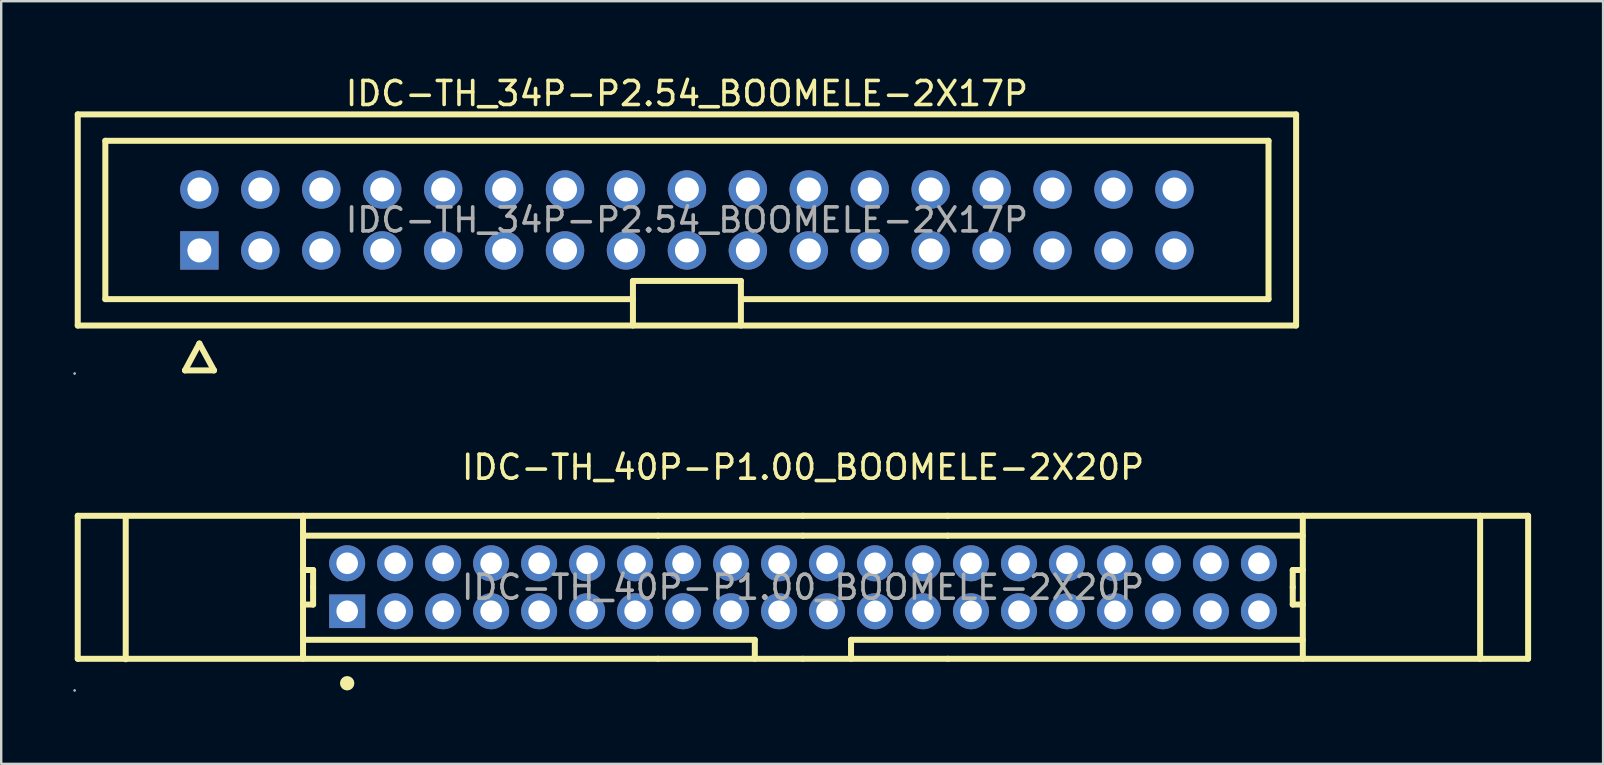
<source format=kicad_pcb>
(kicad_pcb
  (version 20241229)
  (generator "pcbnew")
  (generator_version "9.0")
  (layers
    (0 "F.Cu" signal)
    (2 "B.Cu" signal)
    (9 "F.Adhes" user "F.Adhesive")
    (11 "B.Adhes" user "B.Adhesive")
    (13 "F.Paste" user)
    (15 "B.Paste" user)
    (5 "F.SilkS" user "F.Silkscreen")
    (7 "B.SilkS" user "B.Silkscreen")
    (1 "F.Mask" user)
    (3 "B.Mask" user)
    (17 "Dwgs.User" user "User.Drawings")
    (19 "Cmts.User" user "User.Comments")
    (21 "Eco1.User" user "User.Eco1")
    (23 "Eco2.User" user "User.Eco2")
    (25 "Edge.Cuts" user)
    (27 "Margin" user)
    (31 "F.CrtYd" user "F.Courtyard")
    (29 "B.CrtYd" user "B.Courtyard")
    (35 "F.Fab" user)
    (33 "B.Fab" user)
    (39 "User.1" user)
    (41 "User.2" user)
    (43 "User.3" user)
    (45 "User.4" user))
  (footprint "IDC-TH_40P-P1.00_BOOMELE-2X20P"
    (layer "F.Cu")
    (at 30.42 21.427)
    (property "Reference" "IDC-TH_40P-P1.00_BOOMELE-2X20P" (at 0 -5 0) (layer "F.SilkS") (effects (font (size 1 1) (thickness 0.15))))
    (attr through_hole)
    (fp_line (start -30.23 -2.98) (end -6.04 -2.98) (stroke (width 0.25) (type solid)) (layer "F.SilkS"))
    (fp_line (start -30.23 2.98) (end -30.23 -2.98) (stroke (width 0.25) (type solid)) (layer "F.SilkS"))
    (fp_line (start -28.23 3) (end -28.23 -2.96) (stroke (width 0.25) (type solid)) (layer "F.SilkS"))
    (fp_line (start -20.84 -2.98) (end -20.84 2.98) (stroke (width 0.25) (type solid)) (layer "F.SilkS"))
    (fp_line (start -20.84 -0.72) (end -20.42 -0.72) (stroke (width 0.25) (type solid)) (layer "F.SilkS"))
    (fp_line (start -20.84 0.72) (end -20.42 0.72) (stroke (width 0.25) (type solid)) (layer "F.SilkS"))
    (fp_line (start -20.42 -0.72) (end -20.42 0) (stroke (width 0.25) (type solid)) (layer "F.SilkS"))
    (fp_line (start -20.42 0.72) (end -20.42 0) (stroke (width 0.25) (type solid)) (layer "F.SilkS"))
    (fp_line (start -6.04 -2.15) (end -20.84 -2.15) (stroke (width 0.25) (type solid)) (layer "F.SilkS"))
    (fp_line (start -6.04 -2.15) (end -0.01 -2.15) (stroke (width 0.25) (type solid)) (layer "F.SilkS"))
    (fp_line (start -6.04 2.98) (end -30.23 2.98) (stroke (width 0.25) (type solid)) (layer "F.SilkS"))
    (fp_line (start -6.04 2.98) (end -0.01 2.98) (stroke (width 0.25) (type solid)) (layer "F.SilkS"))
    (fp_line (start -2.01 2.19) (end -20.84 2.19) (stroke (width 0.25) (type solid)) (layer "F.SilkS"))
    (fp_line (start -2.01 2.98) (end -2.01 2.19) (stroke (width 0.25) (type solid)) (layer "F.SilkS"))
    (fp_line (start -0.01 -2.98) (end -6.04 -2.98) (stroke (width 0.25) (type solid)) (layer "F.SilkS"))
    (fp_line (start -0.01 -2.98) (end 6.03 -2.98) (stroke (width 0.25) (type solid)) (layer "F.SilkS"))
    (fp_line (start 2 2.19) (end 20.83 2.19) (stroke (width 0.25) (type solid)) (layer "F.SilkS"))
    (fp_line (start 2 2.98) (end 2 2.19) (stroke (width 0.25) (type solid)) (layer "F.SilkS"))
    (fp_line (start 6.03 -2.15) (end -0.01 -2.15) (stroke (width 0.25) (type solid)) (layer "F.SilkS"))
    (fp_line (start 6.03 -2.15) (end 20.83 -2.15) (stroke (width 0.25) (type solid)) (layer "F.SilkS"))
    (fp_line (start 6.03 2.98) (end -0.01 2.98) (stroke (width 0.25) (type solid)) (layer "F.SilkS"))
    (fp_line (start 6.03 2.98) (end 30.22 2.98) (stroke (width 0.25) (type solid)) (layer "F.SilkS"))
    (fp_line (start 20.41 -0.72) (end 20.41 0) (stroke (width 0.25) (type solid)) (layer "F.SilkS"))
    (fp_line (start 20.41 0.72) (end 20.41 0) (stroke (width 0.25) (type solid)) (layer "F.SilkS"))
    (fp_line (start 20.83 -2.98) (end 20.83 2.98) (stroke (width 0.25) (type solid)) (layer "F.SilkS"))
    (fp_line (start 20.83 -0.72) (end 20.41 -0.72) (stroke (width 0.25) (type solid)) (layer "F.SilkS"))
    (fp_line (start 20.83 0.72) (end 20.41 0.72) (stroke (width 0.25) (type solid)) (layer "F.SilkS"))
    (fp_line (start 28.22 2.98) (end 28.22 -2.98) (stroke (width 0.25) (type solid)) (layer "F.SilkS"))
    (fp_line (start 30.22 -2.98) (end 6.03 -2.98) (stroke (width 0.25) (type solid)) (layer "F.SilkS"))
    (fp_line (start 30.22 2.98) (end 30.22 -2.98) (stroke (width 0.25) (type solid)) (layer "F.SilkS"))
    (fp_arc (start -19.01 4.15) (mid -18.995005 3.84975) (end -18.999984 4.150333) (stroke (width 0.3) (type solid)) (layer "F.SilkS"))
    (fp_circle (center -30.36 4.3) (end -30.33 4.3) (stroke (width 0.06) (type solid)) (fill no) (layer "F.Fab"))
    (fp_circle (center -19 -1) (end -18.82 -1) (stroke (width 0.35) (type solid)) (fill no) (layer "F.Fab"))
    (fp_circle (center -19 1) (end -18.82 1) (stroke (width 0.35) (type solid)) (fill no) (layer "F.Fab"))
    (fp_circle (center -17 -1) (end -16.82 -1) (stroke (width 0.35) (type solid)) (fill no) (layer "F.Fab"))
    (fp_circle (center -17 1) (end -16.82 1) (stroke (width 0.35) (type solid)) (fill no) (layer "F.Fab"))
    (fp_circle (center -15 -1) (end -14.82 -1) (stroke (width 0.35) (type solid)) (fill no) (layer "F.Fab"))
    (fp_circle (center -15 1) (end -14.82 1) (stroke (width 0.35) (type solid)) (fill no) (layer "F.Fab"))
    (fp_circle (center -13 -1) (end -12.82 -1) (stroke (width 0.35) (type solid)) (fill no) (layer "F.Fab"))
    (fp_circle (center -13 1) (end -12.82 1) (stroke (width 0.35) (type solid)) (fill no) (layer "F.Fab"))
    (fp_circle (center -11 -1) (end -10.82 -1) (stroke (width 0.35) (type solid)) (fill no) (layer "F.Fab"))
    (fp_circle (center -11 1) (end -10.82 1) (stroke (width 0.35) (type solid)) (fill no) (layer "F.Fab"))
    (fp_circle (center -9 -1) (end -8.82 -1) (stroke (width 0.35) (type solid)) (fill no) (layer "F.Fab"))
    (fp_circle (center -9 1) (end -8.82 1) (stroke (width 0.35) (type solid)) (fill no) (layer "F.Fab"))
    (fp_circle (center -7 -1) (end -6.82 -1) (stroke (width 0.35) (type solid)) (fill no) (layer "F.Fab"))
    (fp_circle (center -7 1) (end -6.82 1) (stroke (width 0.35) (type solid)) (fill no) (layer "F.Fab"))
    (fp_circle (center -5 -1) (end -4.82 -1) (stroke (width 0.35) (type solid)) (fill no) (layer "F.Fab"))
    (fp_circle (center -5 1) (end -4.82 1) (stroke (width 0.35) (type solid)) (fill no) (layer "F.Fab"))
    (fp_circle (center -3 -1) (end -2.82 -1) (stroke (width 0.35) (type solid)) (fill no) (layer "F.Fab"))
    (fp_circle (center -3 1) (end -2.82 1) (stroke (width 0.35) (type solid)) (fill no) (layer "F.Fab"))
    (fp_circle (center -1 -1) (end -0.82 -1) (stroke (width 0.35) (type solid)) (fill no) (layer "F.Fab"))
    (fp_circle (center -1 1) (end -0.82 1) (stroke (width 0.35) (type solid)) (fill no) (layer "F.Fab"))
    (fp_circle (center 1 -1) (end 1.18 -1) (stroke (width 0.35) (type solid)) (fill no) (layer "F.Fab"))
    (fp_circle (center 1 1) (end 1.18 1) (stroke (width 0.35) (type solid)) (fill no) (layer "F.Fab"))
    (fp_circle (center 3 -1) (end 3.18 -1) (stroke (width 0.35) (type solid)) (fill no) (layer "F.Fab"))
    (fp_circle (center 3 1) (end 3.18 1) (stroke (width 0.35) (type solid)) (fill no) (layer "F.Fab"))
    (fp_circle (center 5 -1) (end 5.18 -1) (stroke (width 0.35) (type solid)) (fill no) (layer "F.Fab"))
    (fp_circle (center 5 1) (end 5.18 1) (stroke (width 0.35) (type solid)) (fill no) (layer "F.Fab"))
    (fp_circle (center 7 -1) (end 7.18 -1) (stroke (width 0.35) (type solid)) (fill no) (layer "F.Fab"))
    (fp_circle (center 7 1) (end 7.18 1) (stroke (width 0.35) (type solid)) (fill no) (layer "F.Fab"))
    (fp_circle (center 9 -1) (end 9.18 -1) (stroke (width 0.35) (type solid)) (fill no) (layer "F.Fab"))
    (fp_circle (center 9 1) (end 9.18 1) (stroke (width 0.35) (type solid)) (fill no) (layer "F.Fab"))
    (fp_circle (center 11 -1) (end 11.18 -1) (stroke (width 0.35) (type solid)) (fill no) (layer "F.Fab"))
    (fp_circle (center 11 1) (end 11.18 1) (stroke (width 0.35) (type solid)) (fill no) (layer "F.Fab"))
    (fp_circle (center 13 -1) (end 13.18 -1) (stroke (width 0.35) (type solid)) (fill no) (layer "F.Fab"))
    (fp_circle (center 13 1) (end 13.18 1) (stroke (width 0.35) (type solid)) (fill no) (layer "F.Fab"))
    (fp_circle (center 15 -1) (end 15.18 -1) (stroke (width 0.35) (type solid)) (fill no) (layer "F.Fab"))
    (fp_circle (center 15 1) (end 15.18 1) (stroke (width 0.35) (type solid)) (fill no) (layer "F.Fab"))
    (fp_circle (center 17 -1) (end 17.18 -1) (stroke (width 0.35) (type solid)) (fill no) (layer "F.Fab"))
    (fp_circle (center 17 1) (end 17.18 1) (stroke (width 0.35) (type solid)) (fill no) (layer "F.Fab"))
    (fp_circle (center 19 -1) (end 19.18 -1) (stroke (width 0.35) (type solid)) (fill no) (layer "F.Fab"))
    (fp_circle (center 19 1) (end 19.18 1) (stroke (width 0.35) (type solid)) (fill no) (layer "F.Fab"))
    (fp_text user "${REFERENCE}" (at 0 0 0) (layer "F.Fab") (effects (font (size 1 1) (thickness 0.15))))
    (pad "1" thru_hole rect (at -19 1 90) (size 1.4 1.5) (drill 0.9) (layers "*.Cu" "*.Paste" "*.Mask"))
    (pad "2" thru_hole circle (at -19 -1) (size 1.5 1.5) (drill 0.9) (layers "*.Cu" "*.Paste" "*.Mask"))
    (pad "3" thru_hole circle (at -17 1) (size 1.5 1.5) (drill 0.9) (layers "*.Cu" "*.Paste" "*.Mask"))
    (pad "4" thru_hole circle (at -17 -1) (size 1.5 1.5) (drill 0.9) (layers "*.Cu" "*.Paste" "*.Mask"))
    (pad "5" thru_hole circle (at -15 1) (size 1.5 1.5) (drill 0.9) (layers "*.Cu" "*.Paste" "*.Mask"))
    (pad "6" thru_hole circle (at -15 -1) (size 1.5 1.5) (drill 0.9) (layers "*.Cu" "*.Paste" "*.Mask"))
    (pad "7" thru_hole circle (at -13 1) (size 1.5 1.5) (drill 0.9) (layers "*.Cu" "*.Paste" "*.Mask"))
    (pad "8" thru_hole circle (at -13 -1) (size 1.5 1.5) (drill 0.9) (layers "*.Cu" "*.Paste" "*.Mask"))
    (pad "9" thru_hole circle (at -11 1) (size 1.5 1.5) (drill 0.9) (layers "*.Cu" "*.Paste" "*.Mask"))
    (pad "10" thru_hole circle (at -11 -1) (size 1.5 1.5) (drill 0.9) (layers "*.Cu" "*.Paste" "*.Mask"))
    (pad "11" thru_hole circle (at -9 1) (size 1.5 1.5) (drill 0.9) (layers "*.Cu" "*.Paste" "*.Mask"))
    (pad "12" thru_hole circle (at -9 -1) (size 1.5 1.5) (drill 0.9) (layers "*.Cu" "*.Paste" "*.Mask"))
    (pad "13" thru_hole circle (at -7 1) (size 1.5 1.5) (drill 0.9) (layers "*.Cu" "*.Paste" "*.Mask"))
    (pad "14" thru_hole circle (at -7 -1) (size 1.5 1.5) (drill 0.9) (layers "*.Cu" "*.Paste" "*.Mask"))
    (pad "15" thru_hole circle (at -5 1) (size 1.5 1.5) (drill 0.9) (layers "*.Cu" "*.Paste" "*.Mask"))
    (pad "16" thru_hole circle (at -5 -1) (size 1.5 1.5) (drill 0.9) (layers "*.Cu" "*.Paste" "*.Mask"))
    (pad "17" thru_hole circle (at -3 1) (size 1.5 1.5) (drill 0.9) (layers "*.Cu" "*.Paste" "*.Mask"))
    (pad "18" thru_hole circle (at -3 -1) (size 1.5 1.5) (drill 0.9) (layers "*.Cu" "*.Paste" "*.Mask"))
    (pad "19" thru_hole circle (at -1 1) (size 1.5 1.5) (drill 0.9) (layers "*.Cu" "*.Paste" "*.Mask"))
    (pad "20" thru_hole circle (at -1 -1) (size 1.5 1.5) (drill 0.9) (layers "*.Cu" "*.Paste" "*.Mask"))
    (pad "21" thru_hole circle (at 1 1) (size 1.5 1.5) (drill 0.9) (layers "*.Cu" "*.Paste" "*.Mask"))
    (pad "22" thru_hole circle (at 1 -1) (size 1.5 1.5) (drill 0.9) (layers "*.Cu" "*.Paste" "*.Mask"))
    (pad "23" thru_hole circle (at 3 1) (size 1.5 1.5) (drill 0.9) (layers "*.Cu" "*.Paste" "*.Mask"))
    (pad "24" thru_hole circle (at 3 -1) (size 1.5 1.5) (drill 0.9) (layers "*.Cu" "*.Paste" "*.Mask"))
    (pad "25" thru_hole circle (at 5 1) (size 1.5 1.5) (drill 0.9) (layers "*.Cu" "*.Paste" "*.Mask"))
    (pad "26" thru_hole circle (at 5 -1) (size 1.5 1.5) (drill 0.9) (layers "*.Cu" "*.Paste" "*.Mask"))
    (pad "27" thru_hole circle (at 7 1) (size 1.5 1.5) (drill 0.9) (layers "*.Cu" "*.Paste" "*.Mask"))
    (pad "28" thru_hole circle (at 7 -1) (size 1.5 1.5) (drill 0.9) (layers "*.Cu" "*.Paste" "*.Mask"))
    (pad "29" thru_hole circle (at 9 1) (size 1.5 1.5) (drill 0.9) (layers "*.Cu" "*.Paste" "*.Mask"))
    (pad "30" thru_hole circle (at 9 -1) (size 1.5 1.5) (drill 0.9) (layers "*.Cu" "*.Paste" "*.Mask"))
    (pad "31" thru_hole circle (at 11 1) (size 1.5 1.5) (drill 0.9) (layers "*.Cu" "*.Paste" "*.Mask"))
    (pad "32" thru_hole circle (at 11 -1) (size 1.5 1.5) (drill 0.9) (layers "*.Cu" "*.Paste" "*.Mask"))
    (pad "33" thru_hole circle (at 13 1) (size 1.5 1.5) (drill 0.9) (layers "*.Cu" "*.Paste" "*.Mask"))
    (pad "34" thru_hole circle (at 13 -1) (size 1.5 1.5) (drill 0.9) (layers "*.Cu" "*.Paste" "*.Mask"))
    (pad "35" thru_hole circle (at 15 1) (size 1.5 1.5) (drill 0.9) (layers "*.Cu" "*.Paste" "*.Mask"))
    (pad "36" thru_hole circle (at 15 -1) (size 1.5 1.5) (drill 0.9) (layers "*.Cu" "*.Paste" "*.Mask"))
    (pad "37" thru_hole circle (at 17 1) (size 1.5 1.5) (drill 0.9) (layers "*.Cu" "*.Paste" "*.Mask"))
    (pad "38" thru_hole circle (at 17 -1) (size 1.5 1.5) (drill 0.9) (layers "*.Cu" "*.Paste" "*.Mask"))
    (pad "39" thru_hole circle (at 19 1) (size 1.5 1.5) (drill 0.9) (layers "*.Cu" "*.Paste" "*.Mask"))
    (pad "40" thru_hole circle (at 19 -1) (size 1.5 1.5) (drill 0.9) (layers "*.Cu" "*.Paste" "*.Mask")))
  (footprint "IDC-TH_34P-P2.54_BOOMELE-2X17P"
    (layer "F.Cu")
    (at 25.58 6.118)
    (property "Reference" "IDC-TH_34P-P2.54_BOOMELE-2X17P" (at 0 -5.27 0) (layer "F.SilkS") (effects (font (size 1 1) (thickness 0.15))))
    (attr through_hole)
    (fp_line (start -25.39 -4.4) (end 25.39 -4.4) (stroke (width 0.25) (type solid)) (layer "F.SilkS"))
    (fp_line (start -25.39 4.4) (end -25.39 -4.4) (stroke (width 0.25) (type solid)) (layer "F.SilkS"))
    (fp_line (start -25.39 4.4) (end 25.39 4.4) (stroke (width 0.25) (type solid)) (layer "F.SilkS"))
    (fp_line (start -24.24 -3.3) (end 24.24 -3.3) (stroke (width 0.25) (type solid)) (layer "F.SilkS"))
    (fp_line (start -24.24 3.3) (end -24.24 -3.3) (stroke (width 0.25) (type solid)) (layer "F.SilkS"))
    (fp_line (start -24.24 3.3) (end -2.25 3.3) (stroke (width 0.25) (type solid)) (layer "F.SilkS"))
    (fp_line (start -20.92 6.27) (end -19.71 6.27) (stroke (width 0.25) (type solid)) (layer "F.SilkS"))
    (fp_line (start -20.32 5.15) (end -20.92 6.27) (stroke (width 0.25) (type solid)) (layer "F.SilkS"))
    (fp_line (start -19.71 6.27) (end -20.32 5.15) (stroke (width 0.25) (type solid)) (layer "F.SilkS"))
    (fp_line (start -2.25 2.54) (end -2.25 4.4) (stroke (width 0.25) (type solid)) (layer "F.SilkS"))
    (fp_line (start -2.25 2.54) (end 2.25 2.54) (stroke (width 0.25) (type solid)) (layer "F.SilkS"))
    (fp_line (start 2.25 2.54) (end 2.25 4.4) (stroke (width 0.25) (type solid)) (layer "F.SilkS"))
    (fp_line (start 2.25 3.3) (end 24.24 3.3) (stroke (width 0.25) (type solid)) (layer "F.SilkS"))
    (fp_line (start 24.24 -3.3) (end 24.24 3.3) (stroke (width 0.25) (type solid)) (layer "F.SilkS"))
    (fp_line (start 25.39 -4.4) (end 25.39 4.4) (stroke (width 0.25) (type solid)) (layer "F.SilkS"))
    (fp_circle (center -25.52 6.4) (end -25.49 6.4) (stroke (width 0.06) (type solid)) (fill no) (layer "F.Fab"))
    (fp_circle (center -20.32 -1.27) (end -20.12 -1.27) (stroke (width 0.4) (type solid)) (fill no) (layer "F.Fab"))
    (fp_circle (center -20.32 1.27) (end -20.12 1.27) (stroke (width 0.4) (type solid)) (fill no) (layer "F.Fab"))
    (fp_circle (center -17.78 -1.27) (end -17.58 -1.27) (stroke (width 0.4) (type solid)) (fill no) (layer "F.Fab"))
    (fp_circle (center -17.78 1.27) (end -17.58 1.27) (stroke (width 0.4) (type solid)) (fill no) (layer "F.Fab"))
    (fp_circle (center -15.24 -1.27) (end -15.04 -1.27) (stroke (width 0.4) (type solid)) (fill no) (layer "F.Fab"))
    (fp_circle (center -15.24 1.27) (end -15.04 1.27) (stroke (width 0.4) (type solid)) (fill no) (layer "F.Fab"))
    (fp_circle (center -12.7 -1.27) (end -12.5 -1.27) (stroke (width 0.4) (type solid)) (fill no) (layer "F.Fab"))
    (fp_circle (center -12.7 1.27) (end -12.5 1.27) (stroke (width 0.4) (type solid)) (fill no) (layer "F.Fab"))
    (fp_circle (center -10.16 -1.27) (end -9.96 -1.27) (stroke (width 0.4) (type solid)) (fill no) (layer "F.Fab"))
    (fp_circle (center -10.16 1.27) (end -9.96 1.27) (stroke (width 0.4) (type solid)) (fill no) (layer "F.Fab"))
    (fp_circle (center -7.62 -1.27) (end -7.42 -1.27) (stroke (width 0.4) (type solid)) (fill no) (layer "F.Fab"))
    (fp_circle (center -7.62 1.27) (end -7.42 1.27) (stroke (width 0.4) (type solid)) (fill no) (layer "F.Fab"))
    (fp_circle (center -5.08 -1.27) (end -4.88 -1.27) (stroke (width 0.4) (type solid)) (fill no) (layer "F.Fab"))
    (fp_circle (center -5.08 1.27) (end -4.88 1.27) (stroke (width 0.4) (type solid)) (fill no) (layer "F.Fab"))
    (fp_circle (center -2.54 -1.27) (end -2.34 -1.27) (stroke (width 0.4) (type solid)) (fill no) (layer "F.Fab"))
    (fp_circle (center -2.54 1.27) (end -2.34 1.27) (stroke (width 0.4) (type solid)) (fill no) (layer "F.Fab"))
    (fp_circle (center 0 -1.27) (end 0.2 -1.27) (stroke (width 0.4) (type solid)) (fill no) (layer "F.Fab"))
    (fp_circle (center 0 1.27) (end 0.2 1.27) (stroke (width 0.4) (type solid)) (fill no) (layer "F.Fab"))
    (fp_circle (center 2.54 -1.27) (end 2.74 -1.27) (stroke (width 0.4) (type solid)) (fill no) (layer "F.Fab"))
    (fp_circle (center 2.54 1.27) (end 2.74 1.27) (stroke (width 0.4) (type solid)) (fill no) (layer "F.Fab"))
    (fp_circle (center 5.08 -1.27) (end 5.28 -1.27) (stroke (width 0.4) (type solid)) (fill no) (layer "F.Fab"))
    (fp_circle (center 5.08 1.27) (end 5.28 1.27) (stroke (width 0.4) (type solid)) (fill no) (layer "F.Fab"))
    (fp_circle (center 7.62 -1.27) (end 7.82 -1.27) (stroke (width 0.4) (type solid)) (fill no) (layer "F.Fab"))
    (fp_circle (center 7.62 1.27) (end 7.82 1.27) (stroke (width 0.4) (type solid)) (fill no) (layer "F.Fab"))
    (fp_circle (center 10.16 -1.27) (end 10.36 -1.27) (stroke (width 0.4) (type solid)) (fill no) (layer "F.Fab"))
    (fp_circle (center 10.16 1.27) (end 10.36 1.27) (stroke (width 0.4) (type solid)) (fill no) (layer "F.Fab"))
    (fp_circle (center 12.7 -1.27) (end 12.9 -1.27) (stroke (width 0.4) (type solid)) (fill no) (layer "F.Fab"))
    (fp_circle (center 12.7 1.27) (end 12.9 1.27) (stroke (width 0.4) (type solid)) (fill no) (layer "F.Fab"))
    (fp_circle (center 15.24 -1.27) (end 15.44 -1.27) (stroke (width 0.4) (type solid)) (fill no) (layer "F.Fab"))
    (fp_circle (center 15.24 1.27) (end 15.44 1.27) (stroke (width 0.4) (type solid)) (fill no) (layer "F.Fab"))
    (fp_circle (center 17.78 -1.27) (end 17.98 -1.27) (stroke (width 0.4) (type solid)) (fill no) (layer "F.Fab"))
    (fp_circle (center 17.78 1.27) (end 17.98 1.27) (stroke (width 0.4) (type solid)) (fill no) (layer "F.Fab"))
    (fp_circle (center 20.32 -1.27) (end 20.52 -1.27) (stroke (width 0.4) (type solid)) (fill no) (layer "F.Fab"))
    (fp_circle (center 20.32 1.27) (end 20.52 1.27) (stroke (width 0.4) (type solid)) (fill no) (layer "F.Fab"))
    (fp_text user "${REFERENCE}" (at 0 0 0) (layer "F.Fab") (effects (font (size 1 1) (thickness 0.15))))
    (pad "1" thru_hole rect (at -20.32 1.27) (size 1.6 1.6) (drill 1) (layers "*.Cu" "*.Paste" "*.Mask"))
    (pad "2" thru_hole circle (at -20.32 -1.27) (size 1.6 1.6) (drill 1) (layers "*.Cu" "*.Paste" "*.Mask"))
    (pad "3" thru_hole circle (at -17.78 1.27) (size 1.6 1.6) (drill 1) (layers "*.Cu" "*.Paste" "*.Mask"))
    (pad "4" thru_hole circle (at -17.78 -1.27) (size 1.6 1.6) (drill 1) (layers "*.Cu" "*.Paste" "*.Mask"))
    (pad "5" thru_hole circle (at -15.24 1.27) (size 1.6 1.6) (drill 1) (layers "*.Cu" "*.Paste" "*.Mask"))
    (pad "6" thru_hole circle (at -15.24 -1.27) (size 1.6 1.6) (drill 1) (layers "*.Cu" "*.Paste" "*.Mask"))
    (pad "7" thru_hole circle (at -12.7 1.27) (size 1.6 1.6) (drill 1) (layers "*.Cu" "*.Paste" "*.Mask"))
    (pad "8" thru_hole circle (at -12.7 -1.27) (size 1.6 1.6) (drill 1) (layers "*.Cu" "*.Paste" "*.Mask"))
    (pad "9" thru_hole circle (at -10.16 1.27) (size 1.6 1.6) (drill 1) (layers "*.Cu" "*.Paste" "*.Mask"))
    (pad "10" thru_hole circle (at -10.16 -1.27) (size 1.6 1.6) (drill 1) (layers "*.Cu" "*.Paste" "*.Mask"))
    (pad "11" thru_hole circle (at -7.62 1.27) (size 1.6 1.6) (drill 1) (layers "*.Cu" "*.Paste" "*.Mask"))
    (pad "12" thru_hole circle (at -7.62 -1.27) (size 1.6 1.6) (drill 1) (layers "*.Cu" "*.Paste" "*.Mask"))
    (pad "13" thru_hole circle (at -5.08 1.27) (size 1.6 1.6) (drill 1) (layers "*.Cu" "*.Paste" "*.Mask"))
    (pad "14" thru_hole circle (at -5.08 -1.27) (size 1.6 1.6) (drill 1) (layers "*.Cu" "*.Paste" "*.Mask"))
    (pad "15" thru_hole circle (at -2.54 1.27) (size 1.6 1.6) (drill 1) (layers "*.Cu" "*.Paste" "*.Mask"))
    (pad "16" thru_hole circle (at -2.54 -1.27) (size 1.6 1.6) (drill 1) (layers "*.Cu" "*.Paste" "*.Mask"))
    (pad "17" thru_hole circle (at 0 1.27) (size 1.6 1.6) (drill 1) (layers "*.Cu" "*.Paste" "*.Mask"))
    (pad "18" thru_hole circle (at 0 -1.27) (size 1.6 1.6) (drill 1) (layers "*.Cu" "*.Paste" "*.Mask"))
    (pad "19" thru_hole circle (at 2.54 1.27) (size 1.6 1.6) (drill 1) (layers "*.Cu" "*.Paste" "*.Mask"))
    (pad "20" thru_hole circle (at 2.54 -1.27) (size 1.6 1.6) (drill 1) (layers "*.Cu" "*.Paste" "*.Mask"))
    (pad "21" thru_hole circle (at 5.08 1.27) (size 1.6 1.6) (drill 1) (layers "*.Cu" "*.Paste" "*.Mask"))
    (pad "22" thru_hole circle (at 5.08 -1.27) (size 1.6 1.6) (drill 1) (layers "*.Cu" "*.Paste" "*.Mask"))
    (pad "23" thru_hole circle (at 7.62 1.27) (size 1.6 1.6) (drill 1) (layers "*.Cu" "*.Paste" "*.Mask"))
    (pad "24" thru_hole circle (at 7.62 -1.27) (size 1.6 1.6) (drill 1) (layers "*.Cu" "*.Paste" "*.Mask"))
    (pad "25" thru_hole circle (at 10.16 1.27) (size 1.6 1.6) (drill 1) (layers "*.Cu" "*.Paste" "*.Mask"))
    (pad "26" thru_hole circle (at 10.16 -1.27) (size 1.6 1.6) (drill 1) (layers "*.Cu" "*.Paste" "*.Mask"))
    (pad "27" thru_hole circle (at 12.7 1.27) (size 1.6 1.6) (drill 1) (layers "*.Cu" "*.Paste" "*.Mask"))
    (pad "28" thru_hole circle (at 12.7 -1.27) (size 1.6 1.6) (drill 1) (layers "*.Cu" "*.Paste" "*.Mask"))
    (pad "29" thru_hole circle (at 15.24 1.27) (size 1.6 1.6) (drill 1) (layers "*.Cu" "*.Paste" "*.Mask"))
    (pad "30" thru_hole circle (at 15.24 -1.27) (size 1.6 1.6) (drill 1) (layers "*.Cu" "*.Paste" "*.Mask"))
    (pad "31" thru_hole circle (at 17.78 1.27) (size 1.6 1.6) (drill 1) (layers "*.Cu" "*.Paste" "*.Mask"))
    (pad "32" thru_hole circle (at 17.78 -1.27) (size 1.6 1.6) (drill 1) (layers "*.Cu" "*.Paste" "*.Mask"))
    (pad "33" thru_hole circle (at 20.32 1.27) (size 1.6 1.6) (drill 1) (layers "*.Cu" "*.Paste" "*.Mask"))
    (pad "34" thru_hole circle (at 20.32 -1.27) (size 1.6 1.6) (drill 1) (layers "*.Cu" "*.Paste" "*.Mask")))
  (gr_rect
    (start -3 -3)
    (end 63.765 28.787)
    (stroke (width 0.1) (type default))
    (fill no)
    (layer "Edge.Cuts")))
</source>
